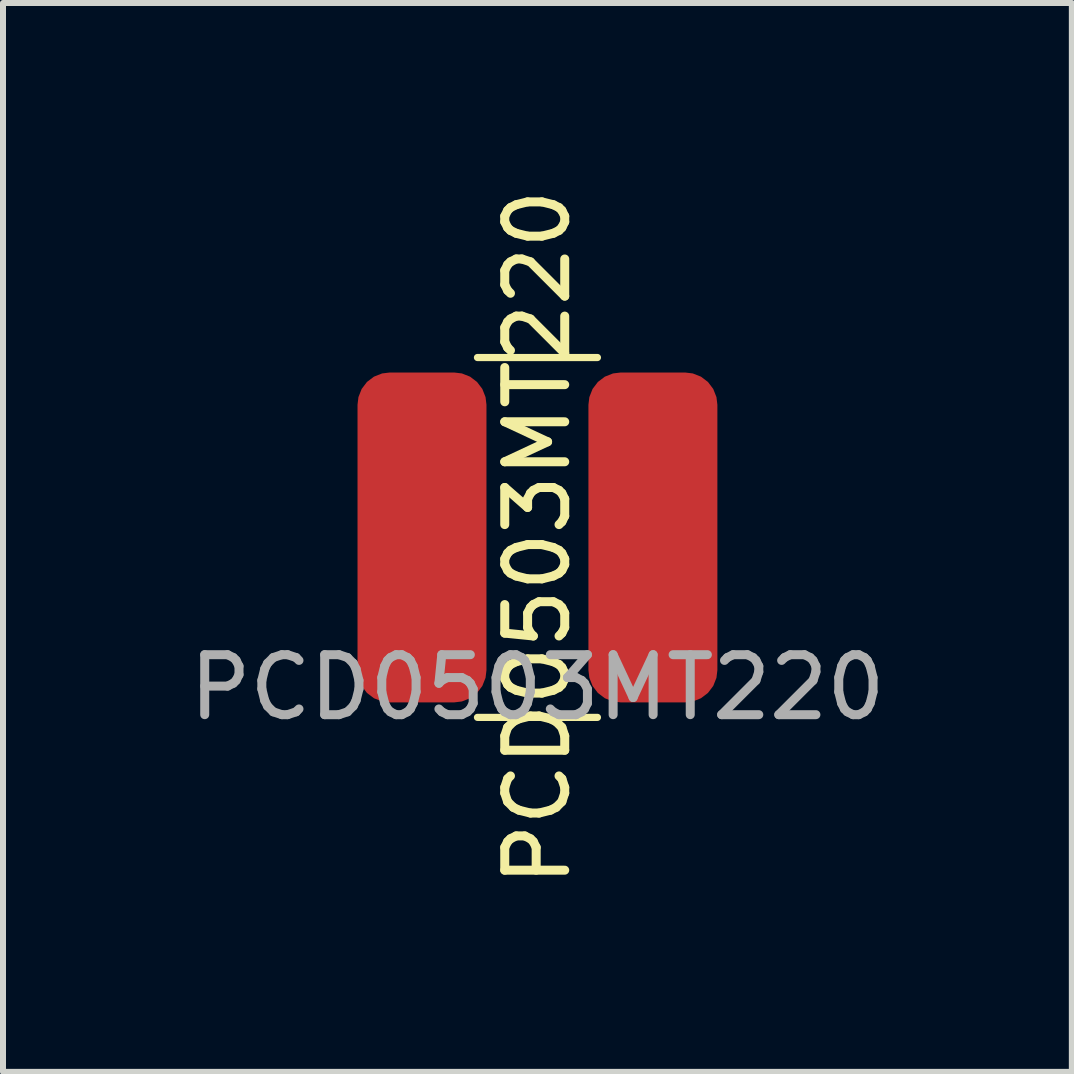
<source format=kicad_pcb>
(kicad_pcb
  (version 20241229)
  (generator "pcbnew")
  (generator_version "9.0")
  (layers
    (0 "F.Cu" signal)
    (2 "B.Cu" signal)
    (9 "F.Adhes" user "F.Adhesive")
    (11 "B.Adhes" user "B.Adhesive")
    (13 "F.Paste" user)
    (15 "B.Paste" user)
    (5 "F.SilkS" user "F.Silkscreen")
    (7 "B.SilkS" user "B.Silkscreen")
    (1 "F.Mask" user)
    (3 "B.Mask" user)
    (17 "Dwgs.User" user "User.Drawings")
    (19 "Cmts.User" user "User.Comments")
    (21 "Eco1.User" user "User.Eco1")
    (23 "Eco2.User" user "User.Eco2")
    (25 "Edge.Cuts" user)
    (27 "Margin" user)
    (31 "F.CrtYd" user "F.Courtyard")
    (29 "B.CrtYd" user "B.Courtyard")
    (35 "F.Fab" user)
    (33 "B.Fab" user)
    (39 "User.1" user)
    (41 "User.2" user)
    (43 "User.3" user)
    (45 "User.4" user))
  (footprint "PCD0503MT220"
    (layer "F.Cu")
    (at 5.911 5.911)
    (property "Reference" "PCD0503MT220" (at 0 0 90) (unlocked yes) (layer "F.SilkS") (effects (font (size 1 1) (thickness 0.15))))
    (attr smd)
    (fp_line (start -1 -3) (end 1 -3) (stroke (width 0.12) (type default)) (layer "F.SilkS"))
    (fp_line (start -1 3) (end 1 3) (stroke (width 0.12) (type default)) (layer "F.SilkS"))
    (fp_text user "${REFERENCE}" (at 0 2.5 0) (unlocked yes) (layer "F.Fab") (effects (font (size 1 1) (thickness 0.15))))
    (pad "1" smd roundrect (at -1.925 0) (size 2.15 5.5) (layers "F.Cu" "F.Mask" "F.Paste") (roundrect_rratio 0.25))
    (pad "2" smd roundrect (at 1.925 0) (size 2.15 5.5) (layers "F.Cu" "F.Mask" "F.Paste") (roundrect_rratio 0.25)))
  (gr_rect
    (start -3 -3)
    (end 14.821 14.821)
    (stroke (width 0.1) (type default))
    (fill no)
    (layer "Edge.Cuts")))
</source>
